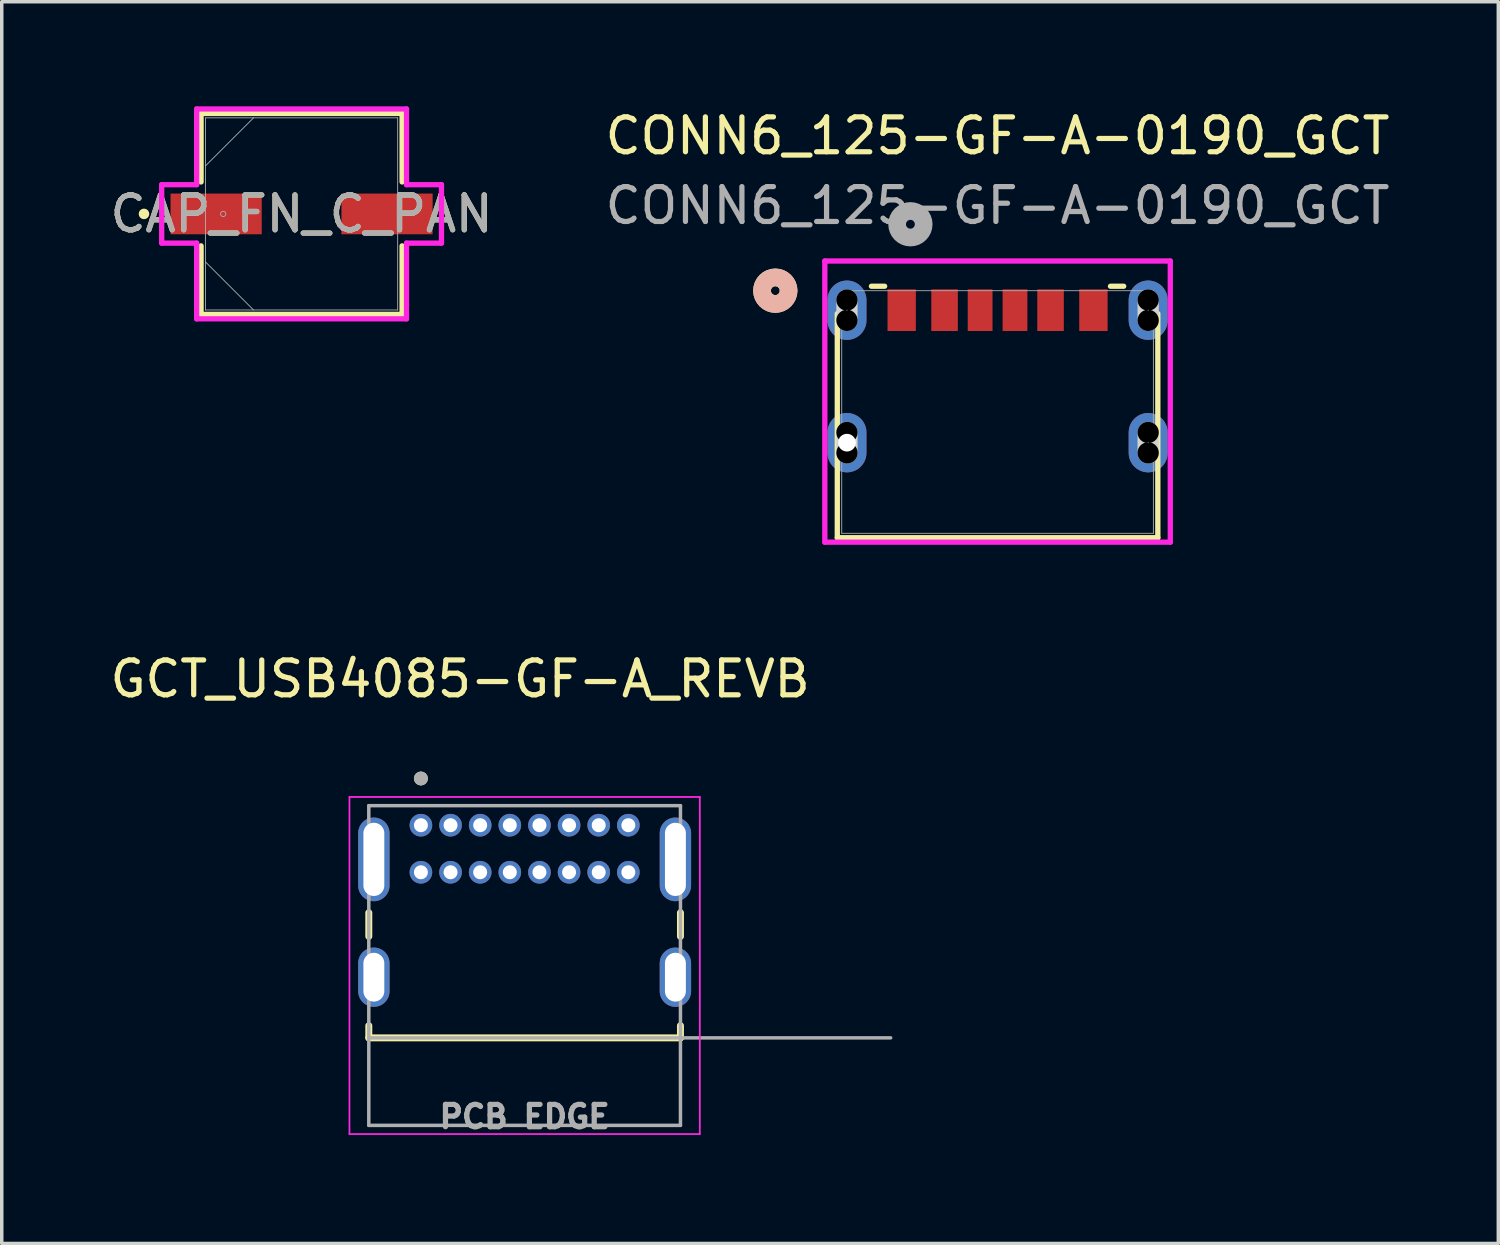
<source format=kicad_pcb>
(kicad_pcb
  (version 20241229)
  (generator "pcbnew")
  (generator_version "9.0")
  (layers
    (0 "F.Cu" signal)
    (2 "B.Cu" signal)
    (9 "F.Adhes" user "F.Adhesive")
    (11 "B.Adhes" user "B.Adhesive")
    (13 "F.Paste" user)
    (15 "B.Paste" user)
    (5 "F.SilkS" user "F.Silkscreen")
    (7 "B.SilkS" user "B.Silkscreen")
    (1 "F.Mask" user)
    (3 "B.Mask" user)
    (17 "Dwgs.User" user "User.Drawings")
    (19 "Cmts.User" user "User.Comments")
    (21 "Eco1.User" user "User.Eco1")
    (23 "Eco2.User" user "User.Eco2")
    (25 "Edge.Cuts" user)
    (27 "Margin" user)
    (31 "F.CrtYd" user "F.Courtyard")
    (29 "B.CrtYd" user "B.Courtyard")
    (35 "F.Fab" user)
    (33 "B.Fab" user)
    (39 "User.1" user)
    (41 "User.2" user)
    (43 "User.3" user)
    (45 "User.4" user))
  (footprint "CONN6_125-GF-A-0190_GCT"
    (layer "F.Cu")
    (at 22.815 5.848)
    (property "Reference" "CONN6_125-GF-A-0190_GCT" (at 2.75 -5 0) (unlocked yes) (layer "F.SilkS") (effects (font (size 1 1) (thickness 0.15))))
    (attr smd)
    (fp_line (start -1.847 0.098) (end -1.847 6.527) (stroke (width 0.152) (type solid)) (layer "F.SilkS"))
    (fp_line (start -1.847 6.527) (end 7.347 6.527) (stroke (width 0.152) (type solid)) (layer "F.SilkS"))
    (fp_line (start -0.489 -0.687) (end -0.868 -0.687) (stroke (width 0.152) (type solid)) (layer "F.SilkS"))
    (fp_line (start 6.368 -0.687) (end 5.989 -0.687) (stroke (width 0.152) (type solid)) (layer "F.SilkS"))
    (fp_line (start 7.347 6.527) (end 7.347 0.098) (stroke (width 0.152) (type solid)) (layer "F.SilkS"))
    (fp_circle (center -3.625 -0.56) (end -3.244 -0.56) (stroke (width 0.508) (type solid)) (fill no) (layer "F.SilkS"))
    (fp_circle (center -3.625 -0.56) (end -3.244 -0.56) (stroke (width 0.508) (type solid)) (fill no) (layer "B.SilkS"))
    (fp_line (start -1.57 0.292) (end -1.57 -0.292) (stroke (width 0.61) (type solid)) (layer "Edge.Cuts"))
    (fp_line (start -1.57 4.092) (end -1.57 3.508) (stroke (width 0.61) (type solid)) (layer "Edge.Cuts"))
    (fp_line (start 7.07 0.292) (end 7.07 -0.292) (stroke (width 0.61) (type solid)) (layer "Edge.Cuts"))
    (fp_line (start 7.07 4.092) (end 7.07 3.508) (stroke (width 0.61) (type solid)) (layer "Edge.Cuts"))
    (fp_line (start -2.205 -1.411) (end -2.205 6.654) (stroke (width 0.152) (type solid)) (layer "F.CrtYd"))
    (fp_line (start -2.205 6.654) (end 7.705 6.654) (stroke (width 0.152) (type solid)) (layer "F.CrtYd"))
    (fp_line (start 7.705 -1.411) (end -2.205 -1.411) (stroke (width 0.152) (type solid)) (layer "F.CrtYd"))
    (fp_line (start 7.705 6.654) (end 7.705 -1.411) (stroke (width 0.152) (type solid)) (layer "F.CrtYd"))
    (fp_line (start -1.72 -0.56) (end -1.72 6.4) (stroke (width 0.025) (type solid)) (layer "F.Fab"))
    (fp_line (start -1.72 6.4) (end 7.22 6.4) (stroke (width 0.025) (type solid)) (layer "F.Fab"))
    (fp_line (start 7.22 -0.56) (end -1.72 -0.56) (stroke (width 0.025) (type solid)) (layer "F.Fab"))
    (fp_line (start 7.22 6.4) (end 7.22 -0.56) (stroke (width 0.025) (type solid)) (layer "F.Fab"))
    (fp_circle (center 0.25 -2.465) (end 0.631 -2.465) (stroke (width 0.508) (type solid)) (fill no) (layer "F.Fab"))
    (fp_text user "${REFERENCE}" (at 2.75 -3 0) (unlocked yes) (layer "F.Fab") (effects (font (size 1 1) (thickness 0.15))))
    (pad "" np_thru_hole circle (at -1.57 -0.292) (size 0.61 0.61) (drill 0.61) (layers))
    (pad "" np_thru_hole circle (at -1.57 0.292) (size 0.61 0.61) (drill 0.61) (layers))
    (pad "" np_thru_hole circle (at -1.57 3.508) (size 0.61 0.61) (drill 0.61) (layers))
    (pad "" np_thru_hole circle (at -1.57 4.092) (size 0.61 0.61) (drill 0.61) (layers))
    (pad "" np_thru_hole circle (at 7.07 -0.292) (size 0.61 0.61) (drill 0.61) (layers))
    (pad "" np_thru_hole circle (at 7.07 0.292) (size 0.61 0.61) (drill 0.61) (layers))
    (pad "" np_thru_hole circle (at 7.07 3.508) (size 0.61 0.61) (drill 0.61) (layers))
    (pad "" np_thru_hole circle (at 7.07 4.092) (size 0.61 0.61) (drill 0.61) (layers))
    (pad "1" smd rect (at 0 0) (size 0.813 1.194) (layers "F.Cu" "F.Mask" "F.Paste"))
    (pad "2" smd rect (at 1.23 0) (size 0.762 1.194) (layers "F.Cu" "F.Mask" "F.Paste"))
    (pad "3" smd rect (at 2.25 0) (size 0.711 1.194) (layers "F.Cu" "F.Mask" "F.Paste"))
    (pad "4" smd rect (at 3.25 0) (size 0.711 1.194) (layers "F.Cu" "F.Mask" "F.Paste"))
    (pad "5" smd rect (at 4.27 0) (size 0.762 1.194) (layers "F.Cu" "F.Mask" "F.Paste"))
    (pad "6" smd rect (at 5.5 0) (size 0.813 1.194) (layers "F.Cu" "F.Mask" "F.Paste"))
    (pad "7" thru_hole oval (at -1.57 0 90) (size 1.702 1.118) (drill 0.025) (layers "*.Cu" "*.Mask"))
    (pad "8" thru_hole oval (at -1.57 3.8 90) (size 1.702 1.118) (drill 0.025) (layers "*.Cu" "*.Mask"))
    (pad "9" thru_hole oval (at 7.07 0 90) (size 1.702 1.118) (drill 0.025) (layers "*.Cu" "*.Mask"))
    (pad "10" thru_hole oval (at 7.07 3.8 90) (size 1.702 1.118) (drill 0.025) (layers "*.Cu" "*.Mask"))
    (pad "13" thru_hole circle (at -1.57 3.8) (size 0.762 0.762) (drill 0.508) (layers "*.Cu" "*.Mask")))
  (footprint "GCT_USB4085-GF-A_REVB"
    (layer "F.Cu")
    (at 11.999 24.981)
    (property "Reference" "GCT_USB4085-GF-A_REVB" (at -1.85 -8.555 0) (layer "F.SilkS") (effects (font (size 1 1) (thickness 0.15))))
    (attr through_hole)
    (fp_line (start -4.47 -1.85) (end -4.47 -1.17) (stroke (width 0.2) (type solid)) (layer "F.SilkS"))
    (fp_line (start -4.47 1.39) (end -4.47 1.74) (stroke (width 0.2) (type solid)) (layer "F.SilkS"))
    (fp_line (start -4.47 1.74) (end 4.47 1.74) (stroke (width 0.2) (type solid)) (layer "F.SilkS"))
    (fp_line (start 4.47 -1.85) (end 4.47 -1.17) (stroke (width 0.2) (type solid)) (layer "F.SilkS"))
    (fp_line (start 4.47 1.74) (end 4.47 1.39) (stroke (width 0.2) (type solid)) (layer "F.SilkS"))
    (fp_circle (center -2.975 -5.7) (end -2.875 -5.7) (stroke (width 0.2) (type solid)) (fill no) (layer "F.SilkS"))
    (fp_line (start -5.025 -5.17) (end 5.025 -5.17) (stroke (width 0.05) (type solid)) (layer "F.CrtYd"))
    (fp_line (start -5.025 4.5) (end -5.025 -5.17) (stroke (width 0.05) (type solid)) (layer "F.CrtYd"))
    (fp_line (start 5.025 -5.17) (end 5.025 4.5) (stroke (width 0.05) (type solid)) (layer "F.CrtYd"))
    (fp_line (start 5.025 4.5) (end -5.025 4.5) (stroke (width 0.05) (type solid)) (layer "F.CrtYd"))
    (fp_line (start -4.47 -4.92) (end 4.47 -4.92) (stroke (width 0.1) (type solid)) (layer "F.Fab"))
    (fp_line (start -4.47 1.74) (end -4.47 -4.92) (stroke (width 0.1) (type solid)) (layer "F.Fab"))
    (fp_line (start -4.47 1.74) (end 10.5 1.74) (stroke (width 0.1) (type solid)) (layer "F.Fab"))
    (fp_line (start -4.47 4.25) (end -4.47 1.74) (stroke (width 0.1) (type solid)) (layer "F.Fab"))
    (fp_line (start 4.47 -4.92) (end 4.47 4.25) (stroke (width 0.1) (type solid)) (layer "F.Fab"))
    (fp_line (start 4.47 4.25) (end -4.47 4.25) (stroke (width 0.1) (type solid)) (layer "F.Fab"))
    (fp_circle (center -2.975 -5.7) (end -2.875 -5.7) (stroke (width 0.2) (type solid)) (fill no) (layer "F.Fab"))
    (fp_text user "PCB EDGE" (at 0 4 0) (layer "F.Fab") (effects (font (size 0.64 0.64) (thickness 0.15))))
    (pad "A1" thru_hole circle (at -2.975 -4.36) (size 0.65 0.65) (drill 0.4) (layers "*.Cu" "*.Mask"))
    (pad "A4" thru_hole circle (at -2.125 -4.36) (size 0.65 0.65) (drill 0.4) (layers "*.Cu" "*.Mask"))
    (pad "A5" thru_hole circle (at -1.275 -4.36) (size 0.65 0.65) (drill 0.4) (layers "*.Cu" "*.Mask"))
    (pad "A6" thru_hole circle (at -0.425 -4.36) (size 0.65 0.65) (drill 0.4) (layers "*.Cu" "*.Mask"))
    (pad "A7" thru_hole circle (at 0.425 -4.36) (size 0.65 0.65) (drill 0.4) (layers "*.Cu" "*.Mask"))
    (pad "A8" thru_hole circle (at 1.275 -4.36) (size 0.65 0.65) (drill 0.4) (layers "*.Cu" "*.Mask"))
    (pad "A9" thru_hole circle (at 2.125 -4.36) (size 0.65 0.65) (drill 0.4) (layers "*.Cu" "*.Mask"))
    (pad "A12" thru_hole circle (at 2.975 -4.36) (size 0.65 0.65) (drill 0.4) (layers "*.Cu" "*.Mask"))
    (pad "B1" thru_hole circle (at 2.975 -3.01) (size 0.65 0.65) (drill 0.4) (layers "*.Cu" "*.Mask"))
    (pad "B4" thru_hole circle (at 2.125 -3.01) (size 0.65 0.65) (drill 0.4) (layers "*.Cu" "*.Mask"))
    (pad "B5" thru_hole circle (at 1.275 -3.01) (size 0.65 0.65) (drill 0.4) (layers "*.Cu" "*.Mask"))
    (pad "B6" thru_hole circle (at 0.425 -3.01) (size 0.65 0.65) (drill 0.4) (layers "*.Cu" "*.Mask"))
    (pad "B7" thru_hole circle (at -0.425 -3.01) (size 0.65 0.65) (drill 0.4) (layers "*.Cu" "*.Mask"))
    (pad "B8" thru_hole circle (at -1.275 -3.01) (size 0.65 0.65) (drill 0.4) (layers "*.Cu" "*.Mask"))
    (pad "B9" thru_hole circle (at -2.125 -3.01) (size 0.65 0.65) (drill 0.4) (layers "*.Cu" "*.Mask"))
    (pad "B12" thru_hole circle (at -2.975 -3.01) (size 0.65 0.65) (drill 0.4) (layers "*.Cu" "*.Mask"))
    (pad "S1" thru_hole oval (at -4.325 0) (size 0.9 1.7) (drill oval 0.6 1.4) (layers "*.Cu" "*.Mask"))
    (pad "S2" thru_hole oval (at 4.325 0) (size 0.9 1.7) (drill oval 0.6 1.4) (layers "*.Cu" "*.Mask"))
    (pad "S3" thru_hole oval (at -4.325 -3.38) (size 0.9 2.4) (drill oval 0.6 2.1) (layers "*.Cu" "*.Mask"))
    (pad "S4" thru_hole oval (at 4.325 -3.38) (size 0.9 2.4) (drill oval 0.6 2.1) (layers "*.Cu" "*.Mask")))
  (footprint "CAP_FN_C_PAN"
    (layer "F.Cu")
    (at 5.601 3.086)
    (property "Reference" "CAP_FN_C_PAN" (at 0 0 0) (unlocked yes) (layer "F.SilkS") (effects (font (size 1 1) (thickness 0.15))))
    (attr smd)
    (fp_line (start -2.883 -2.883) (end -2.883 -0.917) (stroke (width 0.152) (type solid)) (layer "F.SilkS"))
    (fp_line (start -2.883 0.917) (end -2.883 2.883) (stroke (width 0.152) (type solid)) (layer "F.SilkS"))
    (fp_line (start -2.883 2.883) (end 2.883 2.883) (stroke (width 0.152) (type solid)) (layer "F.SilkS"))
    (fp_line (start 2.883 -2.883) (end -2.883 -2.883) (stroke (width 0.152) (type solid)) (layer "F.SilkS"))
    (fp_line (start 2.883 -0.917) (end 2.883 -2.883) (stroke (width 0.152) (type solid)) (layer "F.SilkS"))
    (fp_line (start 2.883 2.883) (end 2.883 0.917) (stroke (width 0.152) (type solid)) (layer "F.SilkS"))
    (fp_circle (center -4.521 0) (end -4.445 0) (stroke (width 0.152) (type solid)) (fill no) (layer "F.SilkS"))
    (fp_line (start -4.013 -0.838) (end -3.01 -0.838) (stroke (width 0.152) (type solid)) (layer "F.CrtYd"))
    (fp_line (start -4.013 0.838) (end -4.013 -0.838) (stroke (width 0.152) (type solid)) (layer "F.CrtYd"))
    (fp_line (start -3.01 -3.01) (end 3.01 -3.01) (stroke (width 0.152) (type solid)) (layer "F.CrtYd"))
    (fp_line (start -3.01 -0.838) (end -3.01 -3.01) (stroke (width 0.152) (type solid)) (layer "F.CrtYd"))
    (fp_line (start -3.01 0.838) (end -4.013 0.838) (stroke (width 0.152) (type solid)) (layer "F.CrtYd"))
    (fp_line (start -3.01 3.01) (end -3.01 0.838) (stroke (width 0.152) (type solid)) (layer "F.CrtYd"))
    (fp_line (start 3.01 -3.01) (end 3.01 -0.838) (stroke (width 0.152) (type solid)) (layer "F.CrtYd"))
    (fp_line (start 3.01 -0.838) (end 4.013 -0.838) (stroke (width 0.152) (type solid)) (layer "F.CrtYd"))
    (fp_line (start 3.01 0.838) (end 3.01 3.01) (stroke (width 0.152) (type solid)) (layer "F.CrtYd"))
    (fp_line (start 3.01 3.01) (end -3.01 3.01) (stroke (width 0.152) (type solid)) (layer "F.CrtYd"))
    (fp_line (start 4.013 -0.838) (end 4.013 0.838) (stroke (width 0.152) (type solid)) (layer "F.CrtYd"))
    (fp_line (start 4.013 0.838) (end 3.01 0.838) (stroke (width 0.152) (type solid)) (layer "F.CrtYd"))
    (fp_line (start -2.756 -2.756) (end -2.756 2.756) (stroke (width 0.025) (type solid)) (layer "F.Fab"))
    (fp_line (start -2.756 -1.378) (end -1.378 -2.756) (stroke (width 0.025) (type solid)) (layer "F.Fab"))
    (fp_line (start -2.756 1.378) (end -1.378 2.756) (stroke (width 0.025) (type solid)) (layer "F.Fab"))
    (fp_line (start -2.756 2.756) (end 2.756 2.756) (stroke (width 0.025) (type solid)) (layer "F.Fab"))
    (fp_line (start 2.756 -2.756) (end -2.756 -2.756) (stroke (width 0.025) (type solid)) (layer "F.Fab"))
    (fp_line (start 2.756 2.756) (end 2.756 -2.756) (stroke (width 0.025) (type solid)) (layer "F.Fab"))
    (fp_circle (center -2.248 0) (end -2.172 0) (stroke (width 0.025) (type solid)) (fill no) (layer "F.Fab"))
    (fp_text user "${REFERENCE}" (at 0 0 0) (unlocked yes) (layer "F.Fab") (effects (font (size 1 1) (thickness 0.15))))
    (pad "1" smd rect (at -2.451 0) (size 2.616 1.168) (layers "F.Cu" "F.Mask" "F.Paste"))
    (pad "2" smd rect (at 2.451 0) (size 2.616 1.168) (layers "F.Cu" "F.Mask" "F.Paste"))
    (zone (net_name "") (layer "F.Cu") (hatch full 0.508) (connect_pads) (min_thickness 0.254) (filled_areas_thickness no) (keepout (tracks not_allowed) (vias not_allowed) (pads allowed) (copperpour not_allowed) (footprints allowed)) (placement (enabled no)) (fill) (polygon (pts (xy 2.896 0.381) (xy 8.306 0.381) (xy 8.306 2.451) (xy 2.896 2.451))))
    (zone (net_name "") (layer "F.Cu") (hatch full 0.508) (connect_pads) (min_thickness 0.254) (filled_areas_thickness no) (keepout (tracks not_allowed) (vias not_allowed) (pads allowed) (copperpour not_allowed) (footprints allowed)) (placement (enabled no)) (fill) (polygon (pts (xy 2.896 3.721) (xy 8.306 3.721) (xy 8.306 5.791) (xy 2.896 5.791))))
    (zone (net_name "") (layer "F.Cu") (hatch full 0.508) (connect_pads) (min_thickness 0.254) (filled_areas_thickness no) (keepout (tracks not_allowed) (vias not_allowed) (pads allowed) (copperpour not_allowed) (footprints allowed)) (placement (enabled no)) (fill) (polygon (pts (xy 4.509 2.451) (xy 6.693 2.451) (xy 6.693 3.721) (xy 4.509 3.721)))))
  (gr_rect
    (start -3 -3)
    (end 39.929 32.619)
    (stroke (width 0.1) (type default))
    (fill no)
    (layer "Edge.Cuts")))
</source>
